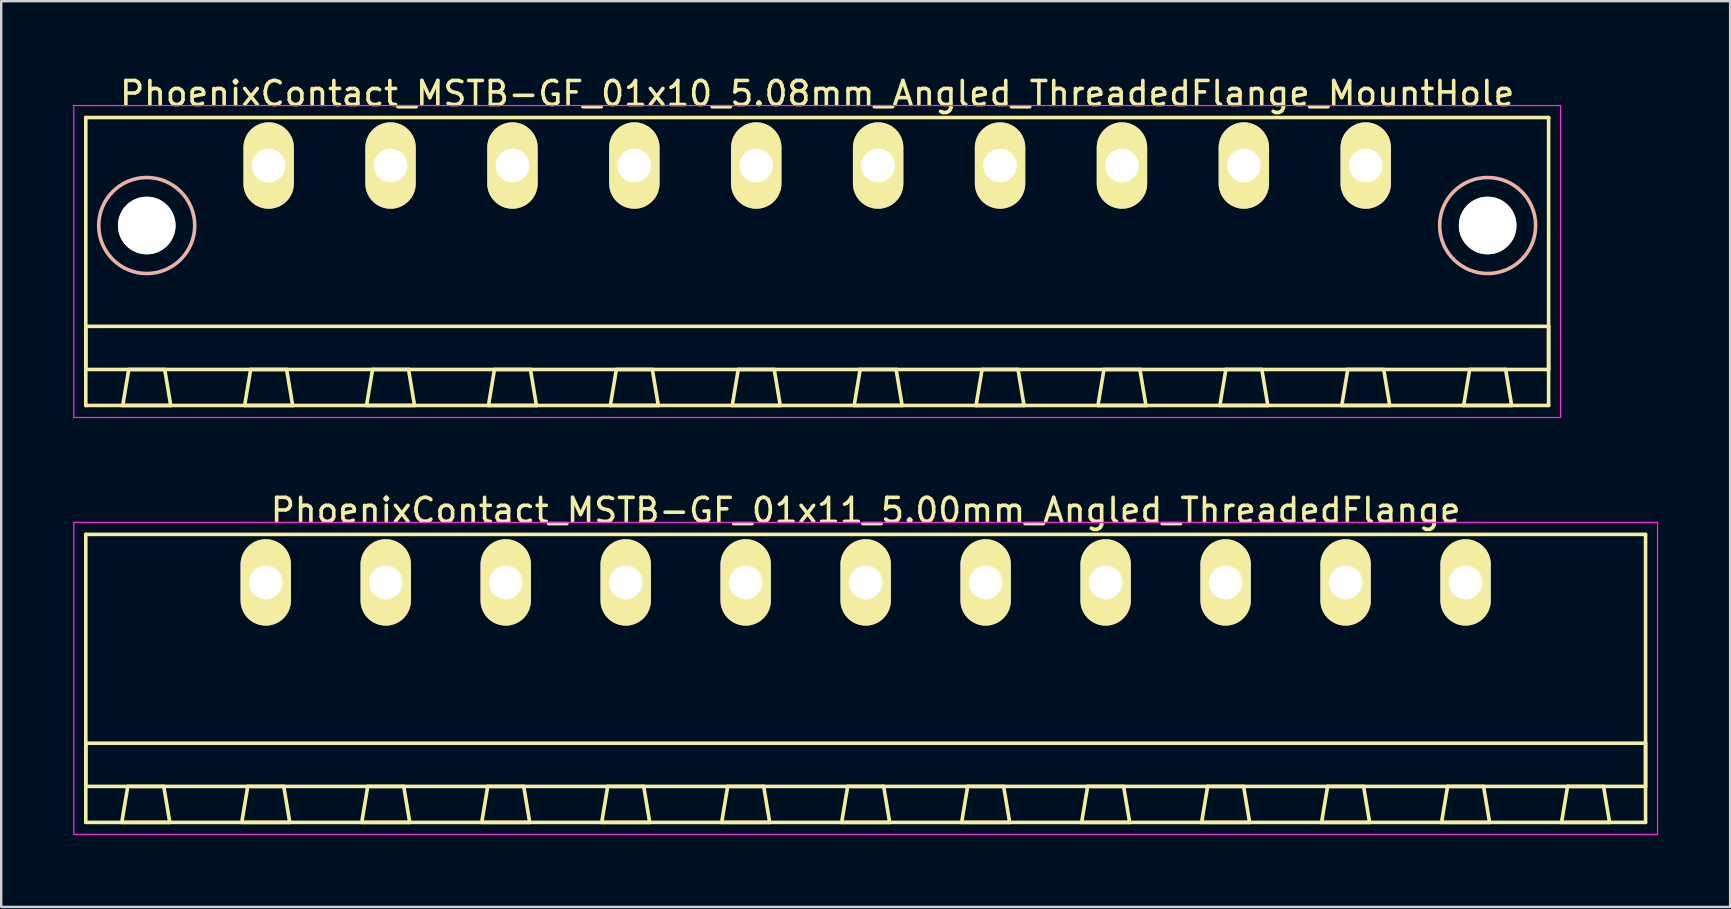
<source format=kicad_pcb>
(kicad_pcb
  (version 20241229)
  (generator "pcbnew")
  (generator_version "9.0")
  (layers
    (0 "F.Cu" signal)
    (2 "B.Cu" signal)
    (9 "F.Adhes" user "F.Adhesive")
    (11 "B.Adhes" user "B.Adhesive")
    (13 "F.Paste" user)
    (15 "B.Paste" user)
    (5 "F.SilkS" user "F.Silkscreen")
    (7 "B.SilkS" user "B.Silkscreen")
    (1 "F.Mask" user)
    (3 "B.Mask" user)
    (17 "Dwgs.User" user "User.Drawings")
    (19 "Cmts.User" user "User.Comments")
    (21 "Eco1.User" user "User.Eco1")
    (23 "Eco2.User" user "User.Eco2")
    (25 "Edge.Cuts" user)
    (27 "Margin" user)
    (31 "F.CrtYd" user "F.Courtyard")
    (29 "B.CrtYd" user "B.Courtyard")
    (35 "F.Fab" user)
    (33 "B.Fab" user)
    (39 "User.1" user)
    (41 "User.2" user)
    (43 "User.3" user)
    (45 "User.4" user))
  (footprint "PhoenixContact_MSTB-GF_01x10_5.08mm_Angled_ThreadedFlange_MountHole"
    (layer "F.Cu")
    (at 8.145 3.848)
    (property "Reference" "PhoenixContact_MSTB-GF_01x10_5.08mm_Angled_ThreadedFlange_MountHole" (at 22.86 -3 0) (layer "F.SilkS") (effects (font (size 1 1) (thickness 0.15))))
    (attr through_hole)
    (fp_line (start -7.62 -2) (end -7.62 10) (stroke (width 0.15) (type solid)) (layer "F.SilkS"))
    (fp_line (start -7.62 6.7) (end 53.34 6.7) (stroke (width 0.15) (type solid)) (layer "F.SilkS"))
    (fp_line (start -7.62 8.5) (end -7.62 6.7) (stroke (width 0.15) (type solid)) (layer "F.SilkS"))
    (fp_line (start -7.62 10) (end 53.34 10) (stroke (width 0.15) (type solid)) (layer "F.SilkS"))
    (fp_line (start -6.08 10) (end -4.08 10) (stroke (width 0.15) (type solid)) (layer "F.SilkS"))
    (fp_line (start -5.83 8.5) (end -6.08 10) (stroke (width 0.15) (type solid)) (layer "F.SilkS"))
    (fp_line (start -4.33 8.5) (end -5.83 8.5) (stroke (width 0.15) (type solid)) (layer "F.SilkS"))
    (fp_line (start -4.08 10) (end -4.33 8.5) (stroke (width 0.15) (type solid)) (layer "F.SilkS"))
    (fp_line (start -1 10) (end 1 10) (stroke (width 0.15) (type solid)) (layer "F.SilkS"))
    (fp_line (start -0.75 8.5) (end -1 10) (stroke (width 0.15) (type solid)) (layer "F.SilkS"))
    (fp_line (start 0.75 8.5) (end -0.75 8.5) (stroke (width 0.15) (type solid)) (layer "F.SilkS"))
    (fp_line (start 1 10) (end 0.75 8.5) (stroke (width 0.15) (type solid)) (layer "F.SilkS"))
    (fp_line (start 4.08 10) (end 6.08 10) (stroke (width 0.15) (type solid)) (layer "F.SilkS"))
    (fp_line (start 4.33 8.5) (end 4.08 10) (stroke (width 0.15) (type solid)) (layer "F.SilkS"))
    (fp_line (start 5.83 8.5) (end 4.33 8.5) (stroke (width 0.15) (type solid)) (layer "F.SilkS"))
    (fp_line (start 6.08 10) (end 5.83 8.5) (stroke (width 0.15) (type solid)) (layer "F.SilkS"))
    (fp_line (start 9.16 10) (end 11.16 10) (stroke (width 0.15) (type solid)) (layer "F.SilkS"))
    (fp_line (start 9.41 8.5) (end 9.16 10) (stroke (width 0.15) (type solid)) (layer "F.SilkS"))
    (fp_line (start 10.91 8.5) (end 9.41 8.5) (stroke (width 0.15) (type solid)) (layer "F.SilkS"))
    (fp_line (start 11.16 10) (end 10.91 8.5) (stroke (width 0.15) (type solid)) (layer "F.SilkS"))
    (fp_line (start 14.24 10) (end 16.24 10) (stroke (width 0.15) (type solid)) (layer "F.SilkS"))
    (fp_line (start 14.49 8.5) (end 14.24 10) (stroke (width 0.15) (type solid)) (layer "F.SilkS"))
    (fp_line (start 15.99 8.5) (end 14.49 8.5) (stroke (width 0.15) (type solid)) (layer "F.SilkS"))
    (fp_line (start 16.24 10) (end 15.99 8.5) (stroke (width 0.15) (type solid)) (layer "F.SilkS"))
    (fp_line (start 19.32 10) (end 21.32 10) (stroke (width 0.15) (type solid)) (layer "F.SilkS"))
    (fp_line (start 19.57 8.5) (end 19.32 10) (stroke (width 0.15) (type solid)) (layer "F.SilkS"))
    (fp_line (start 21.07 8.5) (end 19.57 8.5) (stroke (width 0.15) (type solid)) (layer "F.SilkS"))
    (fp_line (start 21.32 10) (end 21.07 8.5) (stroke (width 0.15) (type solid)) (layer "F.SilkS"))
    (fp_line (start 24.4 10) (end 26.4 10) (stroke (width 0.15) (type solid)) (layer "F.SilkS"))
    (fp_line (start 24.65 8.5) (end 24.4 10) (stroke (width 0.15) (type solid)) (layer "F.SilkS"))
    (fp_line (start 26.15 8.5) (end 24.65 8.5) (stroke (width 0.15) (type solid)) (layer "F.SilkS"))
    (fp_line (start 26.4 10) (end 26.15 8.5) (stroke (width 0.15) (type solid)) (layer "F.SilkS"))
    (fp_line (start 29.48 10) (end 31.48 10) (stroke (width 0.15) (type solid)) (layer "F.SilkS"))
    (fp_line (start 29.73 8.5) (end 29.48 10) (stroke (width 0.15) (type solid)) (layer "F.SilkS"))
    (fp_line (start 31.23 8.5) (end 29.73 8.5) (stroke (width 0.15) (type solid)) (layer "F.SilkS"))
    (fp_line (start 31.48 10) (end 31.23 8.5) (stroke (width 0.15) (type solid)) (layer "F.SilkS"))
    (fp_line (start 34.56 10) (end 36.56 10) (stroke (width 0.15) (type solid)) (layer "F.SilkS"))
    (fp_line (start 34.81 8.5) (end 34.56 10) (stroke (width 0.15) (type solid)) (layer "F.SilkS"))
    (fp_line (start 36.31 8.5) (end 34.81 8.5) (stroke (width 0.15) (type solid)) (layer "F.SilkS"))
    (fp_line (start 36.56 10) (end 36.31 8.5) (stroke (width 0.15) (type solid)) (layer "F.SilkS"))
    (fp_line (start 39.64 10) (end 41.64 10) (stroke (width 0.15) (type solid)) (layer "F.SilkS"))
    (fp_line (start 39.89 8.5) (end 39.64 10) (stroke (width 0.15) (type solid)) (layer "F.SilkS"))
    (fp_line (start 41.39 8.5) (end 39.89 8.5) (stroke (width 0.15) (type solid)) (layer "F.SilkS"))
    (fp_line (start 41.64 10) (end 41.39 8.5) (stroke (width 0.15) (type solid)) (layer "F.SilkS"))
    (fp_line (start 44.72 10) (end 46.72 10) (stroke (width 0.15) (type solid)) (layer "F.SilkS"))
    (fp_line (start 44.97 8.5) (end 44.72 10) (stroke (width 0.15) (type solid)) (layer "F.SilkS"))
    (fp_line (start 46.47 8.5) (end 44.97 8.5) (stroke (width 0.15) (type solid)) (layer "F.SilkS"))
    (fp_line (start 46.72 10) (end 46.47 8.5) (stroke (width 0.15) (type solid)) (layer "F.SilkS"))
    (fp_line (start 49.8 10) (end 51.8 10) (stroke (width 0.15) (type solid)) (layer "F.SilkS"))
    (fp_line (start 50.05 8.5) (end 49.8 10) (stroke (width 0.15) (type solid)) (layer "F.SilkS"))
    (fp_line (start 51.55 8.5) (end 50.05 8.5) (stroke (width 0.15) (type solid)) (layer "F.SilkS"))
    (fp_line (start 51.8 10) (end 51.55 8.5) (stroke (width 0.15) (type solid)) (layer "F.SilkS"))
    (fp_line (start 53.34 -2) (end -7.62 -2) (stroke (width 0.15) (type solid)) (layer "F.SilkS"))
    (fp_line (start 53.34 6.7) (end 53.34 8.5) (stroke (width 0.15) (type solid)) (layer "F.SilkS"))
    (fp_line (start 53.34 8.5) (end -7.62 8.5) (stroke (width 0.15) (type solid)) (layer "F.SilkS"))
    (fp_line (start 53.34 10) (end 53.34 -2) (stroke (width 0.15) (type solid)) (layer "F.SilkS"))
    (fp_circle (center -5.08 2.5) (end -3.08 2.5) (stroke (width 0.15) (type solid)) (fill no) (layer "B.SilkS"))
    (fp_circle (center 50.8 2.5) (end 52.8 2.5) (stroke (width 0.15) (type solid)) (fill no) (layer "B.SilkS"))
    (fp_line (start -8.12 -2.5) (end -8.12 10.5) (stroke (width 0.05) (type solid)) (layer "F.CrtYd"))
    (fp_line (start -8.12 10.5) (end 53.84 10.5) (stroke (width 0.05) (type solid)) (layer "F.CrtYd"))
    (fp_line (start 53.84 -2.5) (end -8.12 -2.5) (stroke (width 0.05) (type solid)) (layer "F.CrtYd"))
    (fp_line (start 53.84 10.5) (end 53.84 -2.5) (stroke (width 0.05) (type solid)) (layer "F.CrtYd"))
    (pad "" np_thru_hole circle (at -5.08 2.5) (size 2.4 2.4) (drill 2.4) (layers "*.Cu" "*.Mask" "F.SilkS"))
    (pad "" np_thru_hole circle (at 50.8 2.5) (size 2.4 2.4) (drill 2.4) (layers "*.Cu" "*.Mask" "F.SilkS"))
    (pad "1" thru_hole oval (at 0 0) (size 2.1 3.6) (drill 1.4) (layers "*.Cu" "*.Mask" "F.SilkS"))
    (pad "2" thru_hole oval (at 5.08 0) (size 2.1 3.6) (drill 1.4) (layers "*.Cu" "*.Mask" "F.SilkS"))
    (pad "3" thru_hole oval (at 10.16 0) (size 2.1 3.6) (drill 1.4) (layers "*.Cu" "*.Mask" "F.SilkS"))
    (pad "4" thru_hole oval (at 15.24 0) (size 2.1 3.6) (drill 1.4) (layers "*.Cu" "*.Mask" "F.SilkS"))
    (pad "5" thru_hole oval (at 20.32 0) (size 2.1 3.6) (drill 1.4) (layers "*.Cu" "*.Mask" "F.SilkS"))
    (pad "6" thru_hole oval (at 25.4 0) (size 2.1 3.6) (drill 1.4) (layers "*.Cu" "*.Mask" "F.SilkS"))
    (pad "7" thru_hole oval (at 30.48 0) (size 2.1 3.6) (drill 1.4) (layers "*.Cu" "*.Mask" "F.SilkS"))
    (pad "8" thru_hole oval (at 35.56 0) (size 2.1 3.6) (drill 1.4) (layers "*.Cu" "*.Mask" "F.SilkS"))
    (pad "9" thru_hole oval (at 40.64 0) (size 2.1 3.6) (drill 1.4) (layers "*.Cu" "*.Mask" "F.SilkS"))
    (pad "10" thru_hole oval (at 45.72 0) (size 2.1 3.6) (drill 1.4) (layers "*.Cu" "*.Mask" "F.SilkS")))
  (footprint "PhoenixContact_MSTB-GF_01x11_5.00mm_Angled_ThreadedFlange"
    (layer "F.Cu")
    (at 8.025 21.221)
    (property "Reference" "PhoenixContact_MSTB-GF_01x11_5.00mm_Angled_ThreadedFlange" (at 25 -3 0) (layer "F.SilkS") (effects (font (size 1 1) (thickness 0.15))))
    (attr through_hole)
    (fp_line (start -7.5 -2) (end -7.5 10) (stroke (width 0.15) (type solid)) (layer "F.SilkS"))
    (fp_line (start -7.5 6.7) (end 57.5 6.7) (stroke (width 0.15) (type solid)) (layer "F.SilkS"))
    (fp_line (start -7.5 8.5) (end -7.5 6.7) (stroke (width 0.15) (type solid)) (layer "F.SilkS"))
    (fp_line (start -7.5 10) (end 57.5 10) (stroke (width 0.15) (type solid)) (layer "F.SilkS"))
    (fp_line (start -6 10) (end -4 10) (stroke (width 0.15) (type solid)) (layer "F.SilkS"))
    (fp_line (start -5.75 8.5) (end -6 10) (stroke (width 0.15) (type solid)) (layer "F.SilkS"))
    (fp_line (start -4.25 8.5) (end -5.75 8.5) (stroke (width 0.15) (type solid)) (layer "F.SilkS"))
    (fp_line (start -4 10) (end -4.25 8.5) (stroke (width 0.15) (type solid)) (layer "F.SilkS"))
    (fp_line (start -1 10) (end 1 10) (stroke (width 0.15) (type solid)) (layer "F.SilkS"))
    (fp_line (start -0.75 8.5) (end -1 10) (stroke (width 0.15) (type solid)) (layer "F.SilkS"))
    (fp_line (start 0.75 8.5) (end -0.75 8.5) (stroke (width 0.15) (type solid)) (layer "F.SilkS"))
    (fp_line (start 1 10) (end 0.75 8.5) (stroke (width 0.15) (type solid)) (layer "F.SilkS"))
    (fp_line (start 4 10) (end 6 10) (stroke (width 0.15) (type solid)) (layer "F.SilkS"))
    (fp_line (start 4.25 8.5) (end 4 10) (stroke (width 0.15) (type solid)) (layer "F.SilkS"))
    (fp_line (start 5.75 8.5) (end 4.25 8.5) (stroke (width 0.15) (type solid)) (layer "F.SilkS"))
    (fp_line (start 6 10) (end 5.75 8.5) (stroke (width 0.15) (type solid)) (layer "F.SilkS"))
    (fp_line (start 9 10) (end 11 10) (stroke (width 0.15) (type solid)) (layer "F.SilkS"))
    (fp_line (start 9.25 8.5) (end 9 10) (stroke (width 0.15) (type solid)) (layer "F.SilkS"))
    (fp_line (start 10.75 8.5) (end 9.25 8.5) (stroke (width 0.15) (type solid)) (layer "F.SilkS"))
    (fp_line (start 11 10) (end 10.75 8.5) (stroke (width 0.15) (type solid)) (layer "F.SilkS"))
    (fp_line (start 14 10) (end 16 10) (stroke (width 0.15) (type solid)) (layer "F.SilkS"))
    (fp_line (start 14.25 8.5) (end 14 10) (stroke (width 0.15) (type solid)) (layer "F.SilkS"))
    (fp_line (start 15.75 8.5) (end 14.25 8.5) (stroke (width 0.15) (type solid)) (layer "F.SilkS"))
    (fp_line (start 16 10) (end 15.75 8.5) (stroke (width 0.15) (type solid)) (layer "F.SilkS"))
    (fp_line (start 19 10) (end 21 10) (stroke (width 0.15) (type solid)) (layer "F.SilkS"))
    (fp_line (start 19.25 8.5) (end 19 10) (stroke (width 0.15) (type solid)) (layer "F.SilkS"))
    (fp_line (start 20.75 8.5) (end 19.25 8.5) (stroke (width 0.15) (type solid)) (layer "F.SilkS"))
    (fp_line (start 21 10) (end 20.75 8.5) (stroke (width 0.15) (type solid)) (layer "F.SilkS"))
    (fp_line (start 24 10) (end 26 10) (stroke (width 0.15) (type solid)) (layer "F.SilkS"))
    (fp_line (start 24.25 8.5) (end 24 10) (stroke (width 0.15) (type solid)) (layer "F.SilkS"))
    (fp_line (start 25.75 8.5) (end 24.25 8.5) (stroke (width 0.15) (type solid)) (layer "F.SilkS"))
    (fp_line (start 26 10) (end 25.75 8.5) (stroke (width 0.15) (type solid)) (layer "F.SilkS"))
    (fp_line (start 29 10) (end 31 10) (stroke (width 0.15) (type solid)) (layer "F.SilkS"))
    (fp_line (start 29.25 8.5) (end 29 10) (stroke (width 0.15) (type solid)) (layer "F.SilkS"))
    (fp_line (start 30.75 8.5) (end 29.25 8.5) (stroke (width 0.15) (type solid)) (layer "F.SilkS"))
    (fp_line (start 31 10) (end 30.75 8.5) (stroke (width 0.15) (type solid)) (layer "F.SilkS"))
    (fp_line (start 34 10) (end 36 10) (stroke (width 0.15) (type solid)) (layer "F.SilkS"))
    (fp_line (start 34.25 8.5) (end 34 10) (stroke (width 0.15) (type solid)) (layer "F.SilkS"))
    (fp_line (start 35.75 8.5) (end 34.25 8.5) (stroke (width 0.15) (type solid)) (layer "F.SilkS"))
    (fp_line (start 36 10) (end 35.75 8.5) (stroke (width 0.15) (type solid)) (layer "F.SilkS"))
    (fp_line (start 39 10) (end 41 10) (stroke (width 0.15) (type solid)) (layer "F.SilkS"))
    (fp_line (start 39.25 8.5) (end 39 10) (stroke (width 0.15) (type solid)) (layer "F.SilkS"))
    (fp_line (start 40.75 8.5) (end 39.25 8.5) (stroke (width 0.15) (type solid)) (layer "F.SilkS"))
    (fp_line (start 41 10) (end 40.75 8.5) (stroke (width 0.15) (type solid)) (layer "F.SilkS"))
    (fp_line (start 44 10) (end 46 10) (stroke (width 0.15) (type solid)) (layer "F.SilkS"))
    (fp_line (start 44.25 8.5) (end 44 10) (stroke (width 0.15) (type solid)) (layer "F.SilkS"))
    (fp_line (start 45.75 8.5) (end 44.25 8.5) (stroke (width 0.15) (type solid)) (layer "F.SilkS"))
    (fp_line (start 46 10) (end 45.75 8.5) (stroke (width 0.15) (type solid)) (layer "F.SilkS"))
    (fp_line (start 49 10) (end 51 10) (stroke (width 0.15) (type solid)) (layer "F.SilkS"))
    (fp_line (start 49.25 8.5) (end 49 10) (stroke (width 0.15) (type solid)) (layer "F.SilkS"))
    (fp_line (start 50.75 8.5) (end 49.25 8.5) (stroke (width 0.15) (type solid)) (layer "F.SilkS"))
    (fp_line (start 51 10) (end 50.75 8.5) (stroke (width 0.15) (type solid)) (layer "F.SilkS"))
    (fp_line (start 54 10) (end 56 10) (stroke (width 0.15) (type solid)) (layer "F.SilkS"))
    (fp_line (start 54.25 8.5) (end 54 10) (stroke (width 0.15) (type solid)) (layer "F.SilkS"))
    (fp_line (start 55.75 8.5) (end 54.25 8.5) (stroke (width 0.15) (type solid)) (layer "F.SilkS"))
    (fp_line (start 56 10) (end 55.75 8.5) (stroke (width 0.15) (type solid)) (layer "F.SilkS"))
    (fp_line (start 57.5 -2) (end -7.5 -2) (stroke (width 0.15) (type solid)) (layer "F.SilkS"))
    (fp_line (start 57.5 6.7) (end 57.5 8.5) (stroke (width 0.15) (type solid)) (layer "F.SilkS"))
    (fp_line (start 57.5 8.5) (end -7.5 8.5) (stroke (width 0.15) (type solid)) (layer "F.SilkS"))
    (fp_line (start 57.5 10) (end 57.5 -2) (stroke (width 0.15) (type solid)) (layer "F.SilkS"))
    (fp_line (start -8 -2.5) (end -8 10.5) (stroke (width 0.05) (type solid)) (layer "F.CrtYd"))
    (fp_line (start -8 10.5) (end 58 10.5) (stroke (width 0.05) (type solid)) (layer "F.CrtYd"))
    (fp_line (start 58 -2.5) (end -8 -2.5) (stroke (width 0.05) (type solid)) (layer "F.CrtYd"))
    (fp_line (start 58 10.5) (end 58 -2.5) (stroke (width 0.05) (type solid)) (layer "F.CrtYd"))
    (pad "1" thru_hole oval (at 0 0) (size 2.1 3.6) (drill 1.4) (layers "*.Cu" "*.Mask" "F.SilkS"))
    (pad "2" thru_hole oval (at 5 0) (size 2.1 3.6) (drill 1.4) (layers "*.Cu" "*.Mask" "F.SilkS"))
    (pad "3" thru_hole oval (at 10 0) (size 2.1 3.6) (drill 1.4) (layers "*.Cu" "*.Mask" "F.SilkS"))
    (pad "4" thru_hole oval (at 15 0) (size 2.1 3.6) (drill 1.4) (layers "*.Cu" "*.Mask" "F.SilkS"))
    (pad "5" thru_hole oval (at 20 0) (size 2.1 3.6) (drill 1.4) (layers "*.Cu" "*.Mask" "F.SilkS"))
    (pad "6" thru_hole oval (at 25 0) (size 2.1 3.6) (drill 1.4) (layers "*.Cu" "*.Mask" "F.SilkS"))
    (pad "7" thru_hole oval (at 30 0) (size 2.1 3.6) (drill 1.4) (layers "*.Cu" "*.Mask" "F.SilkS"))
    (pad "8" thru_hole oval (at 35 0) (size 2.1 3.6) (drill 1.4) (layers "*.Cu" "*.Mask" "F.SilkS"))
    (pad "9" thru_hole oval (at 40 0) (size 2.1 3.6) (drill 1.4) (layers "*.Cu" "*.Mask" "F.SilkS"))
    (pad "10" thru_hole oval (at 45 0) (size 2.1 3.6) (drill 1.4) (layers "*.Cu" "*.Mask" "F.SilkS"))
    (pad "11" thru_hole oval (at 50 0) (size 2.1 3.6) (drill 1.4) (layers "*.Cu" "*.Mask" "F.SilkS")))
  (gr_rect
    (start -3 -3)
    (end 69.05 34.746)
    (stroke (width 0.1) (type default))
    (fill no)
    (layer "Edge.Cuts")))
</source>
